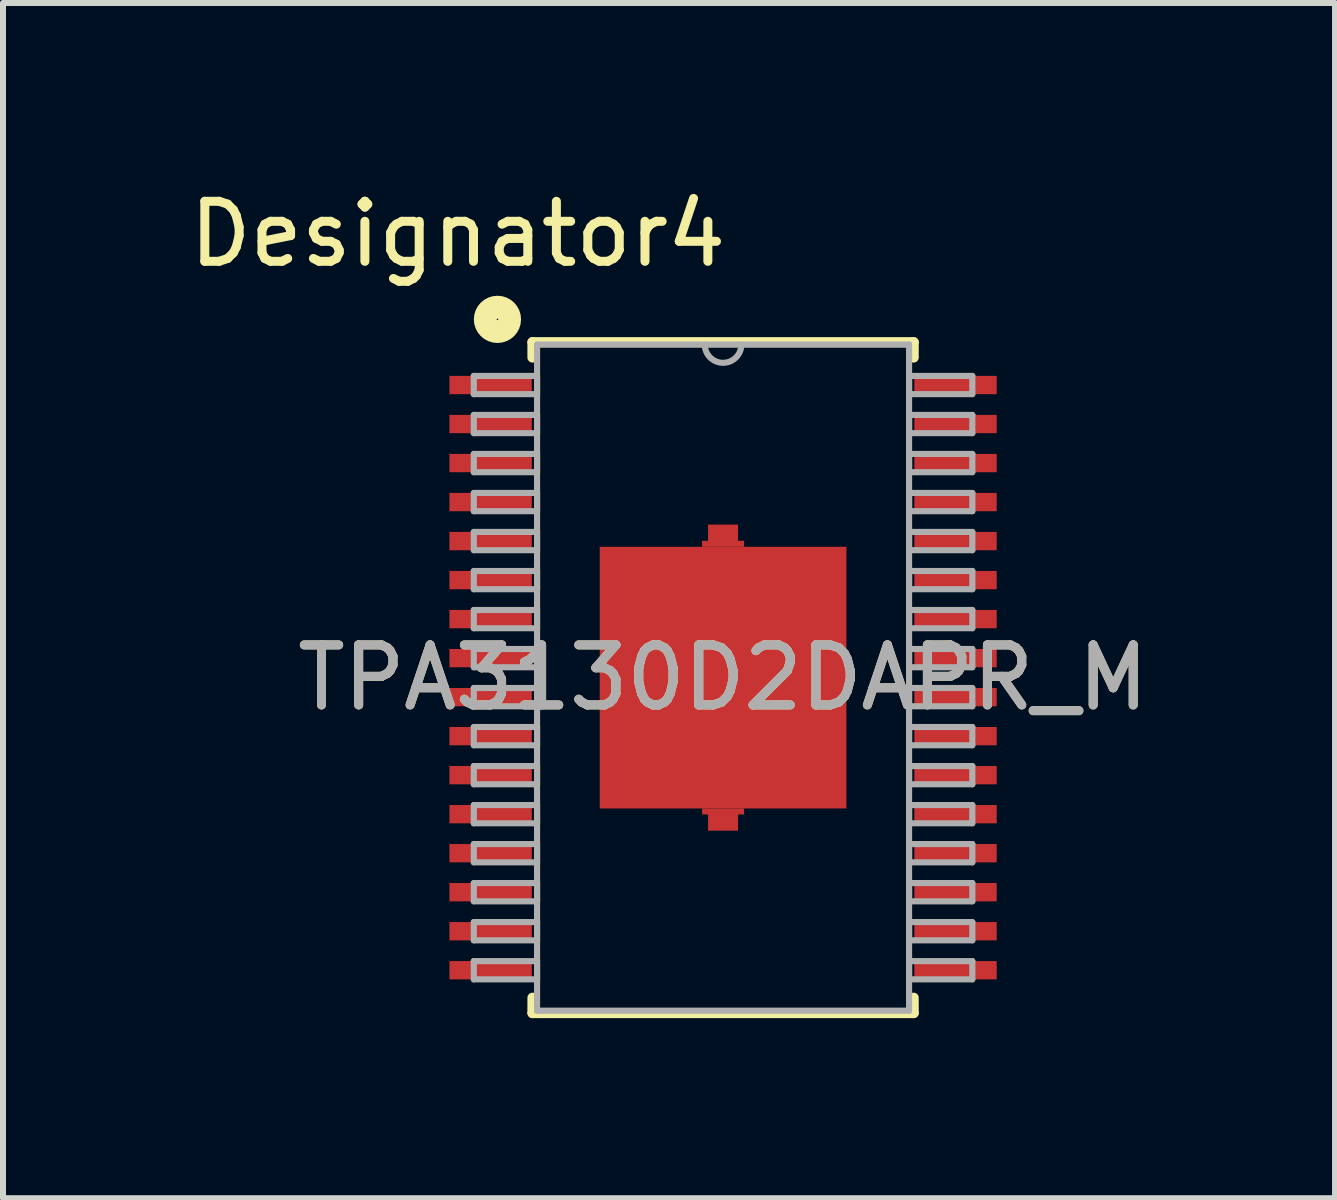
<source format=kicad_pcb>
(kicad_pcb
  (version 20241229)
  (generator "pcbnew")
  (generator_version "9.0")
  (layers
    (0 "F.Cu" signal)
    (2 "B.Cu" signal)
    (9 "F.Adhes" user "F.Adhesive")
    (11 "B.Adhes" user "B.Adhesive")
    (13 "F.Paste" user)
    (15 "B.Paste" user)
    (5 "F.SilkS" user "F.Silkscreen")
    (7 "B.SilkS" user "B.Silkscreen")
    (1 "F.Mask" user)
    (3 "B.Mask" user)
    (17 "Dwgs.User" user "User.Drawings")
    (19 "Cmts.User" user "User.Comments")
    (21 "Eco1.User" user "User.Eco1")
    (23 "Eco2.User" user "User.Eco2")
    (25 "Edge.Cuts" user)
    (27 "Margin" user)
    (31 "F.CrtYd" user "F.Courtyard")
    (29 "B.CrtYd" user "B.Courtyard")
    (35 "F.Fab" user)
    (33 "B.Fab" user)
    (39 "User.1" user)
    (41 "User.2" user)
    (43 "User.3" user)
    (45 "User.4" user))
  (footprint "TPA3130D2DAPR_M"
    (layer "F.Cu")
    (at 8.997 8.24)
    (property "Reference" "TPA3130D2DAPR_M" (at 0 0 0) (unlocked yes) (layer "F.SilkS") (effects (font (size 1 1) (thickness 0.15))))
    (attr smd)
    (fp_poly (pts (xy 0.35 -2.18) (xy -0.35 -2.18) (xy -0.35 -2.28) (xy -0.25 -2.28) (xy -0.25 -2.55) (xy 0.25 -2.55) (xy 0.25 -2.28) (xy 0.35 -2.28)) (stroke (width 0) (type solid)) (fill yes) (layer "F.Cu"))
    (fp_poly (pts (xy 0.35 2.18) (xy -0.35 2.18) (xy -0.35 2.28) (xy -0.25 2.28) (xy -0.25 2.55) (xy 0.25 2.55) (xy 0.25 2.28) (xy 0.35 2.28)) (stroke (width 0) (type solid)) (fill yes) (layer "F.Cu"))
    (fp_line (start -3.175 -5.588) (end 3.175 -5.588) (stroke (width 0.17) (type solid)) (layer "F.SilkS"))
    (fp_line (start -3.175 -5.334) (end -3.175 -5.588) (stroke (width 0.17) (type solid)) (layer "F.SilkS"))
    (fp_line (start -3.175 5.588) (end -3.175 5.334) (stroke (width 0.17) (type solid)) (layer "F.SilkS"))
    (fp_line (start -3.175 5.588) (end 3.175 5.588) (stroke (width 0.17) (type solid)) (layer "F.SilkS"))
    (fp_line (start 3.175 -5.334) (end 3.175 -5.588) (stroke (width 0.17) (type solid)) (layer "F.SilkS"))
    (fp_line (start 3.175 5.588) (end 3.175 5.334) (stroke (width 0.17) (type solid)) (layer "F.SilkS"))
    (fp_circle (center -3.759 -5.969) (end -3.556 -5.969) (stroke (width 0.381) (type solid)) (fill no) (layer "F.SilkS"))
    (fp_line (start -4.153 -5.027) (end -3.099 -5.027) (stroke (width 0.102) (type solid)) (layer "F.Fab"))
    (fp_line (start -4.153 -4.723) (end -4.153 -5.027) (stroke (width 0.102) (type solid)) (layer "F.Fab"))
    (fp_line (start -4.153 -4.723) (end -3.099 -4.723) (stroke (width 0.102) (type solid)) (layer "F.Fab"))
    (fp_line (start -4.153 -4.377) (end -3.099 -4.377) (stroke (width 0.102) (type solid)) (layer "F.Fab"))
    (fp_line (start -4.153 -4.073) (end -4.153 -4.377) (stroke (width 0.102) (type solid)) (layer "F.Fab"))
    (fp_line (start -4.153 -4.073) (end -3.099 -4.073) (stroke (width 0.102) (type solid)) (layer "F.Fab"))
    (fp_line (start -4.153 -3.727) (end -3.099 -3.727) (stroke (width 0.102) (type solid)) (layer "F.Fab"))
    (fp_line (start -4.153 -3.423) (end -4.153 -3.727) (stroke (width 0.102) (type solid)) (layer "F.Fab"))
    (fp_line (start -4.153 -3.423) (end -3.099 -3.423) (stroke (width 0.102) (type solid)) (layer "F.Fab"))
    (fp_line (start -4.153 -3.077) (end -3.099 -3.077) (stroke (width 0.102) (type solid)) (layer "F.Fab"))
    (fp_line (start -4.153 -2.773) (end -4.153 -3.077) (stroke (width 0.102) (type solid)) (layer "F.Fab"))
    (fp_line (start -4.153 -2.773) (end -3.099 -2.773) (stroke (width 0.102) (type solid)) (layer "F.Fab"))
    (fp_line (start -4.153 -2.427) (end -3.099 -2.427) (stroke (width 0.102) (type solid)) (layer "F.Fab"))
    (fp_line (start -4.153 -2.123) (end -4.153 -2.427) (stroke (width 0.102) (type solid)) (layer "F.Fab"))
    (fp_line (start -4.153 -2.123) (end -3.099 -2.123) (stroke (width 0.102) (type solid)) (layer "F.Fab"))
    (fp_line (start -4.153 -1.777) (end -3.099 -1.777) (stroke (width 0.102) (type solid)) (layer "F.Fab"))
    (fp_line (start -4.153 -1.473) (end -4.153 -1.777) (stroke (width 0.102) (type solid)) (layer "F.Fab"))
    (fp_line (start -4.153 -1.473) (end -3.099 -1.473) (stroke (width 0.102) (type solid)) (layer "F.Fab"))
    (fp_line (start -4.153 -1.127) (end -3.099 -1.127) (stroke (width 0.102) (type solid)) (layer "F.Fab"))
    (fp_line (start -4.153 -0.823) (end -4.153 -1.127) (stroke (width 0.102) (type solid)) (layer "F.Fab"))
    (fp_line (start -4.153 -0.823) (end -3.099 -0.823) (stroke (width 0.102) (type solid)) (layer "F.Fab"))
    (fp_line (start -4.153 -0.477) (end -3.099 -0.477) (stroke (width 0.102) (type solid)) (layer "F.Fab"))
    (fp_line (start -4.153 -0.173) (end -4.153 -0.477) (stroke (width 0.102) (type solid)) (layer "F.Fab"))
    (fp_line (start -4.153 -0.173) (end -3.099 -0.173) (stroke (width 0.102) (type solid)) (layer "F.Fab"))
    (fp_line (start -4.153 0.173) (end -3.099 0.173) (stroke (width 0.102) (type solid)) (layer "F.Fab"))
    (fp_line (start -4.153 0.477) (end -4.153 0.173) (stroke (width 0.102) (type solid)) (layer "F.Fab"))
    (fp_line (start -4.153 0.477) (end -3.099 0.477) (stroke (width 0.102) (type solid)) (layer "F.Fab"))
    (fp_line (start -4.153 0.823) (end -3.099 0.823) (stroke (width 0.102) (type solid)) (layer "F.Fab"))
    (fp_line (start -4.153 1.127) (end -4.153 0.823) (stroke (width 0.102) (type solid)) (layer "F.Fab"))
    (fp_line (start -4.153 1.127) (end -3.099 1.127) (stroke (width 0.102) (type solid)) (layer "F.Fab"))
    (fp_line (start -4.153 1.473) (end -3.099 1.473) (stroke (width 0.102) (type solid)) (layer "F.Fab"))
    (fp_line (start -4.153 1.777) (end -4.153 1.473) (stroke (width 0.102) (type solid)) (layer "F.Fab"))
    (fp_line (start -4.153 1.777) (end -3.099 1.777) (stroke (width 0.102) (type solid)) (layer "F.Fab"))
    (fp_line (start -4.153 2.123) (end -3.099 2.123) (stroke (width 0.102) (type solid)) (layer "F.Fab"))
    (fp_line (start -4.153 2.427) (end -4.153 2.123) (stroke (width 0.102) (type solid)) (layer "F.Fab"))
    (fp_line (start -4.153 2.427) (end -3.099 2.427) (stroke (width 0.102) (type solid)) (layer "F.Fab"))
    (fp_line (start -4.153 2.773) (end -3.099 2.773) (stroke (width 0.102) (type solid)) (layer "F.Fab"))
    (fp_line (start -4.153 3.077) (end -4.153 2.773) (stroke (width 0.102) (type solid)) (layer "F.Fab"))
    (fp_line (start -4.153 3.077) (end -3.099 3.077) (stroke (width 0.102) (type solid)) (layer "F.Fab"))
    (fp_line (start -4.153 3.423) (end -3.099 3.423) (stroke (width 0.102) (type solid)) (layer "F.Fab"))
    (fp_line (start -4.153 3.727) (end -4.153 3.423) (stroke (width 0.102) (type solid)) (layer "F.Fab"))
    (fp_line (start -4.153 3.727) (end -3.099 3.727) (stroke (width 0.102) (type solid)) (layer "F.Fab"))
    (fp_line (start -4.153 4.073) (end -3.099 4.073) (stroke (width 0.102) (type solid)) (layer "F.Fab"))
    (fp_line (start -4.153 4.377) (end -4.153 4.073) (stroke (width 0.102) (type solid)) (layer "F.Fab"))
    (fp_line (start -4.153 4.377) (end -3.099 4.377) (stroke (width 0.102) (type solid)) (layer "F.Fab"))
    (fp_line (start -4.153 4.723) (end -3.099 4.723) (stroke (width 0.102) (type solid)) (layer "F.Fab"))
    (fp_line (start -4.153 5.027) (end -4.153 4.723) (stroke (width 0.102) (type solid)) (layer "F.Fab"))
    (fp_line (start -4.153 5.027) (end -3.099 5.027) (stroke (width 0.102) (type solid)) (layer "F.Fab"))
    (fp_line (start -3.099 -5.55) (end 3.099 -5.55) (stroke (width 0.102) (type solid)) (layer "F.Fab"))
    (fp_line (start -3.099 -4.723) (end -3.099 -5.027) (stroke (width 0.102) (type solid)) (layer "F.Fab"))
    (fp_line (start -3.099 -4.073) (end -3.099 -4.377) (stroke (width 0.102) (type solid)) (layer "F.Fab"))
    (fp_line (start -3.099 -3.423) (end -3.099 -3.727) (stroke (width 0.102) (type solid)) (layer "F.Fab"))
    (fp_line (start -3.099 -2.773) (end -3.099 -3.077) (stroke (width 0.102) (type solid)) (layer "F.Fab"))
    (fp_line (start -3.099 -2.123) (end -3.099 -2.427) (stroke (width 0.102) (type solid)) (layer "F.Fab"))
    (fp_line (start -3.099 -1.473) (end -3.099 -1.777) (stroke (width 0.102) (type solid)) (layer "F.Fab"))
    (fp_line (start -3.099 -0.823) (end -3.099 -1.127) (stroke (width 0.102) (type solid)) (layer "F.Fab"))
    (fp_line (start -3.099 -0.173) (end -3.099 -0.477) (stroke (width 0.102) (type solid)) (layer "F.Fab"))
    (fp_line (start -3.099 0.477) (end -3.099 0.173) (stroke (width 0.102) (type solid)) (layer "F.Fab"))
    (fp_line (start -3.099 1.127) (end -3.099 0.823) (stroke (width 0.102) (type solid)) (layer "F.Fab"))
    (fp_line (start -3.099 1.777) (end -3.099 1.473) (stroke (width 0.102) (type solid)) (layer "F.Fab"))
    (fp_line (start -3.099 2.427) (end -3.099 2.123) (stroke (width 0.102) (type solid)) (layer "F.Fab"))
    (fp_line (start -3.099 3.077) (end -3.099 2.773) (stroke (width 0.102) (type solid)) (layer "F.Fab"))
    (fp_line (start -3.099 3.727) (end -3.099 3.423) (stroke (width 0.102) (type solid)) (layer "F.Fab"))
    (fp_line (start -3.099 4.377) (end -3.099 4.073) (stroke (width 0.102) (type solid)) (layer "F.Fab"))
    (fp_line (start -3.099 5.027) (end -3.099 4.723) (stroke (width 0.102) (type solid)) (layer "F.Fab"))
    (fp_line (start -3.099 5.55) (end -3.099 -5.55) (stroke (width 0.102) (type solid)) (layer "F.Fab"))
    (fp_line (start -3.099 5.55) (end 3.099 5.55) (stroke (width 0.102) (type solid)) (layer "F.Fab"))
    (fp_line (start 3.099 -5.027) (end 4.153 -5.027) (stroke (width 0.102) (type solid)) (layer "F.Fab"))
    (fp_line (start 3.099 -4.723) (end 3.099 -5.027) (stroke (width 0.102) (type solid)) (layer "F.Fab"))
    (fp_line (start 3.099 -4.723) (end 4.153 -4.723) (stroke (width 0.102) (type solid)) (layer "F.Fab"))
    (fp_line (start 3.099 -4.377) (end 4.153 -4.377) (stroke (width 0.102) (type solid)) (layer "F.Fab"))
    (fp_line (start 3.099 -4.073) (end 3.099 -4.377) (stroke (width 0.102) (type solid)) (layer "F.Fab"))
    (fp_line (start 3.099 -4.073) (end 4.153 -4.073) (stroke (width 0.102) (type solid)) (layer "F.Fab"))
    (fp_line (start 3.099 -3.727) (end 4.153 -3.727) (stroke (width 0.102) (type solid)) (layer "F.Fab"))
    (fp_line (start 3.099 -3.423) (end 3.099 -3.727) (stroke (width 0.102) (type solid)) (layer "F.Fab"))
    (fp_line (start 3.099 -3.423) (end 4.153 -3.423) (stroke (width 0.102) (type solid)) (layer "F.Fab"))
    (fp_line (start 3.099 -3.077) (end 4.153 -3.077) (stroke (width 0.102) (type solid)) (layer "F.Fab"))
    (fp_line (start 3.099 -2.773) (end 3.099 -3.077) (stroke (width 0.102) (type solid)) (layer "F.Fab"))
    (fp_line (start 3.099 -2.773) (end 4.153 -2.773) (stroke (width 0.102) (type solid)) (layer "F.Fab"))
    (fp_line (start 3.099 -2.427) (end 4.153 -2.427) (stroke (width 0.102) (type solid)) (layer "F.Fab"))
    (fp_line (start 3.099 -2.123) (end 3.099 -2.427) (stroke (width 0.102) (type solid)) (layer "F.Fab"))
    (fp_line (start 3.099 -2.123) (end 4.153 -2.123) (stroke (width 0.102) (type solid)) (layer "F.Fab"))
    (fp_line (start 3.099 -1.777) (end 4.153 -1.777) (stroke (width 0.102) (type solid)) (layer "F.Fab"))
    (fp_line (start 3.099 -1.473) (end 3.099 -1.777) (stroke (width 0.102) (type solid)) (layer "F.Fab"))
    (fp_line (start 3.099 -1.473) (end 4.153 -1.473) (stroke (width 0.102) (type solid)) (layer "F.Fab"))
    (fp_line (start 3.099 -1.127) (end 4.153 -1.127) (stroke (width 0.102) (type solid)) (layer "F.Fab"))
    (fp_line (start 3.099 -0.823) (end 3.099 -1.127) (stroke (width 0.102) (type solid)) (layer "F.Fab"))
    (fp_line (start 3.099 -0.823) (end 4.153 -0.823) (stroke (width 0.102) (type solid)) (layer "F.Fab"))
    (fp_line (start 3.099 -0.477) (end 4.153 -0.477) (stroke (width 0.102) (type solid)) (layer "F.Fab"))
    (fp_line (start 3.099 -0.173) (end 3.099 -0.477) (stroke (width 0.102) (type solid)) (layer "F.Fab"))
    (fp_line (start 3.099 -0.173) (end 4.153 -0.173) (stroke (width 0.102) (type solid)) (layer "F.Fab"))
    (fp_line (start 3.099 0.173) (end 4.153 0.173) (stroke (width 0.102) (type solid)) (layer "F.Fab"))
    (fp_line (start 3.099 0.477) (end 3.099 0.173) (stroke (width 0.102) (type solid)) (layer "F.Fab"))
    (fp_line (start 3.099 0.477) (end 4.153 0.477) (stroke (width 0.102) (type solid)) (layer "F.Fab"))
    (fp_line (start 3.099 0.823) (end 4.153 0.823) (stroke (width 0.102) (type solid)) (layer "F.Fab"))
    (fp_line (start 3.099 1.127) (end 3.099 0.823) (stroke (width 0.102) (type solid)) (layer "F.Fab"))
    (fp_line (start 3.099 1.127) (end 4.153 1.127) (stroke (width 0.102) (type solid)) (layer "F.Fab"))
    (fp_line (start 3.099 1.473) (end 4.153 1.473) (stroke (width 0.102) (type solid)) (layer "F.Fab"))
    (fp_line (start 3.099 1.777) (end 3.099 1.473) (stroke (width 0.102) (type solid)) (layer "F.Fab"))
    (fp_line (start 3.099 1.777) (end 4.153 1.777) (stroke (width 0.102) (type solid)) (layer "F.Fab"))
    (fp_line (start 3.099 2.123) (end 4.153 2.123) (stroke (width 0.102) (type solid)) (layer "F.Fab"))
    (fp_line (start 3.099 2.427) (end 3.099 2.123) (stroke (width 0.102) (type solid)) (layer "F.Fab"))
    (fp_line (start 3.099 2.427) (end 4.153 2.427) (stroke (width 0.102) (type solid)) (layer "F.Fab"))
    (fp_line (start 3.099 2.773) (end 4.153 2.773) (stroke (width 0.102) (type solid)) (layer "F.Fab"))
    (fp_line (start 3.099 3.077) (end 3.099 2.773) (stroke (width 0.102) (type solid)) (layer "F.Fab"))
    (fp_line (start 3.099 3.077) (end 4.153 3.077) (stroke (width 0.102) (type solid)) (layer "F.Fab"))
    (fp_line (start 3.099 3.423) (end 4.153 3.423) (stroke (width 0.102) (type solid)) (layer "F.Fab"))
    (fp_line (start 3.099 3.727) (end 3.099 3.423) (stroke (width 0.102) (type solid)) (layer "F.Fab"))
    (fp_line (start 3.099 3.727) (end 4.153 3.727) (stroke (width 0.102) (type solid)) (layer "F.Fab"))
    (fp_line (start 3.099 4.073) (end 4.153 4.073) (stroke (width 0.102) (type solid)) (layer "F.Fab"))
    (fp_line (start 3.099 4.377) (end 3.099 4.073) (stroke (width 0.102) (type solid)) (layer "F.Fab"))
    (fp_line (start 3.099 4.377) (end 4.153 4.377) (stroke (width 0.102) (type solid)) (layer "F.Fab"))
    (fp_line (start 3.099 4.723) (end 4.153 4.723) (stroke (width 0.102) (type solid)) (layer "F.Fab"))
    (fp_line (start 3.099 5.027) (end 3.099 4.723) (stroke (width 0.102) (type solid)) (layer "F.Fab"))
    (fp_line (start 3.099 5.027) (end 4.153 5.027) (stroke (width 0.102) (type solid)) (layer "F.Fab"))
    (fp_line (start 3.099 5.55) (end 3.099 -5.55) (stroke (width 0.102) (type solid)) (layer "F.Fab"))
    (fp_line (start 4.153 -4.723) (end 4.153 -5.027) (stroke (width 0.102) (type solid)) (layer "F.Fab"))
    (fp_line (start 4.153 -4.073) (end 4.153 -4.377) (stroke (width 0.102) (type solid)) (layer "F.Fab"))
    (fp_line (start 4.153 -3.423) (end 4.153 -3.727) (stroke (width 0.102) (type solid)) (layer "F.Fab"))
    (fp_line (start 4.153 -2.773) (end 4.153 -3.077) (stroke (width 0.102) (type solid)) (layer "F.Fab"))
    (fp_line (start 4.153 -2.123) (end 4.153 -2.427) (stroke (width 0.102) (type solid)) (layer "F.Fab"))
    (fp_line (start 4.153 -1.473) (end 4.153 -1.777) (stroke (width 0.102) (type solid)) (layer "F.Fab"))
    (fp_line (start 4.153 -0.823) (end 4.153 -1.127) (stroke (width 0.102) (type solid)) (layer "F.Fab"))
    (fp_line (start 4.153 -0.173) (end 4.153 -0.477) (stroke (width 0.102) (type solid)) (layer "F.Fab"))
    (fp_line (start 4.153 0.477) (end 4.153 0.173) (stroke (width 0.102) (type solid)) (layer "F.Fab"))
    (fp_line (start 4.153 1.127) (end 4.153 0.823) (stroke (width 0.102) (type solid)) (layer "F.Fab"))
    (fp_line (start 4.153 1.777) (end 4.153 1.473) (stroke (width 0.102) (type solid)) (layer "F.Fab"))
    (fp_line (start 4.153 2.427) (end 4.153 2.123) (stroke (width 0.102) (type solid)) (layer "F.Fab"))
    (fp_line (start 4.153 3.077) (end 4.153 2.773) (stroke (width 0.102) (type solid)) (layer "F.Fab"))
    (fp_line (start 4.153 3.727) (end 4.153 3.423) (stroke (width 0.102) (type solid)) (layer "F.Fab"))
    (fp_line (start 4.153 4.377) (end 4.153 4.073) (stroke (width 0.102) (type solid)) (layer "F.Fab"))
    (fp_line (start 4.153 5.027) (end 4.153 4.723) (stroke (width 0.102) (type solid)) (layer "F.Fab"))
    (fp_arc (start 0.3048 -5.5499) (mid 0 -5.2451) (end -0.3048 -5.5499) (stroke (width 0.1016) (type solid)) (layer "F.Fab"))
    (fp_text user "Designator4" (at -4.42 -7.391 0) (unlocked yes) (layer "F.SilkS") (effects (font (size 1 1) (thickness 0.15))))
    (fp_text user "${REFERENCE}" (at 0 0 0) (unlocked yes) (layer "F.Fab") (effects (font (size 1 1) (thickness 0.15))))
    (pad "1" smd rect (at -3.873 -4.875) (size 1.372 0.305) (layers "F.Cu" "F.Mask" "F.Paste"))
    (pad "2" smd rect (at -3.873 -4.225) (size 1.372 0.305) (layers "F.Cu" "F.Mask" "F.Paste"))
    (pad "3" smd rect (at -3.873 -3.575) (size 1.372 0.305) (layers "F.Cu" "F.Mask" "F.Paste"))
    (pad "4" smd rect (at -3.873 -2.925) (size 1.372 0.305) (layers "F.Cu" "F.Mask" "F.Paste"))
    (pad "5" smd rect (at -3.873 -2.275) (size 1.372 0.305) (layers "F.Cu" "F.Mask" "F.Paste"))
    (pad "6" smd rect (at -3.873 -1.625) (size 1.372 0.305) (layers "F.Cu" "F.Mask" "F.Paste"))
    (pad "7" smd rect (at -3.873 -0.975) (size 1.372 0.305) (layers "F.Cu" "F.Mask" "F.Paste"))
    (pad "8" smd rect (at -3.873 -0.325) (size 1.372 0.305) (layers "F.Cu" "F.Mask" "F.Paste"))
    (pad "9" smd rect (at -3.873 0.325) (size 1.372 0.305) (layers "F.Cu" "F.Mask" "F.Paste"))
    (pad "10" smd rect (at -3.873 0.975) (size 1.372 0.305) (layers "F.Cu" "F.Mask" "F.Paste"))
    (pad "11" smd rect (at -3.873 1.625) (size 1.372 0.305) (layers "F.Cu" "F.Mask" "F.Paste"))
    (pad "12" smd rect (at -3.873 2.275) (size 1.372 0.305) (layers "F.Cu" "F.Mask" "F.Paste"))
    (pad "13" smd rect (at -3.873 2.925) (size 1.372 0.305) (layers "F.Cu" "F.Mask" "F.Paste"))
    (pad "14" smd rect (at -3.873 3.575) (size 1.372 0.305) (layers "F.Cu" "F.Mask" "F.Paste"))
    (pad "15" smd rect (at -3.873 4.225) (size 1.372 0.305) (layers "F.Cu" "F.Mask" "F.Paste"))
    (pad "16" smd rect (at -3.873 4.875) (size 1.372 0.305) (layers "F.Cu" "F.Mask" "F.Paste"))
    (pad "17" smd rect (at 3.873 4.875) (size 1.372 0.305) (layers "F.Cu" "F.Mask" "F.Paste"))
    (pad "18" smd rect (at 3.873 4.225) (size 1.372 0.305) (layers "F.Cu" "F.Mask" "F.Paste"))
    (pad "19" smd rect (at 3.873 3.575) (size 1.372 0.305) (layers "F.Cu" "F.Mask" "F.Paste"))
    (pad "20" smd rect (at 3.873 2.925) (size 1.372 0.305) (layers "F.Cu" "F.Mask" "F.Paste"))
    (pad "21" smd rect (at 3.873 2.275) (size 1.372 0.305) (layers "F.Cu" "F.Mask" "F.Paste"))
    (pad "22" smd rect (at 3.873 1.625) (size 1.372 0.305) (layers "F.Cu" "F.Mask" "F.Paste"))
    (pad "23" smd rect (at 3.873 0.975) (size 1.372 0.305) (layers "F.Cu" "F.Mask" "F.Paste"))
    (pad "24" smd rect (at 3.873 0.325) (size 1.372 0.305) (layers "F.Cu" "F.Mask" "F.Paste"))
    (pad "25" smd rect (at 3.873 -0.325) (size 1.372 0.305) (layers "F.Cu" "F.Mask" "F.Paste"))
    (pad "26" smd rect (at 3.873 -0.975) (size 1.372 0.305) (layers "F.Cu" "F.Mask" "F.Paste"))
    (pad "27" smd rect (at 3.873 -1.625) (size 1.372 0.305) (layers "F.Cu" "F.Mask" "F.Paste"))
    (pad "28" smd rect (at 3.873 -2.275) (size 1.372 0.305) (layers "F.Cu" "F.Mask" "F.Paste"))
    (pad "29" smd rect (at 3.873 -2.925) (size 1.372 0.305) (layers "F.Cu" "F.Mask" "F.Paste"))
    (pad "30" smd rect (at 3.873 -3.575) (size 1.372 0.305) (layers "F.Cu" "F.Mask" "F.Paste"))
    (pad "31" smd rect (at 3.873 -4.225) (size 1.372 0.305) (layers "F.Cu" "F.Mask" "F.Paste"))
    (pad "32" smd rect (at 3.873 -4.875) (size 1.372 0.305) (layers "F.Cu" "F.Mask" "F.Paste"))
    (pad "33" smd rect (at 0 0) (size 4.11 4.36) (layers "F.Cu" "F.Mask" "F.Paste")))
  (gr_rect
    (start -3 -3)
    (end 19.193 16.913)
    (stroke (width 0.1) (type default))
    (fill no)
    (layer "Edge.Cuts")))
</source>
